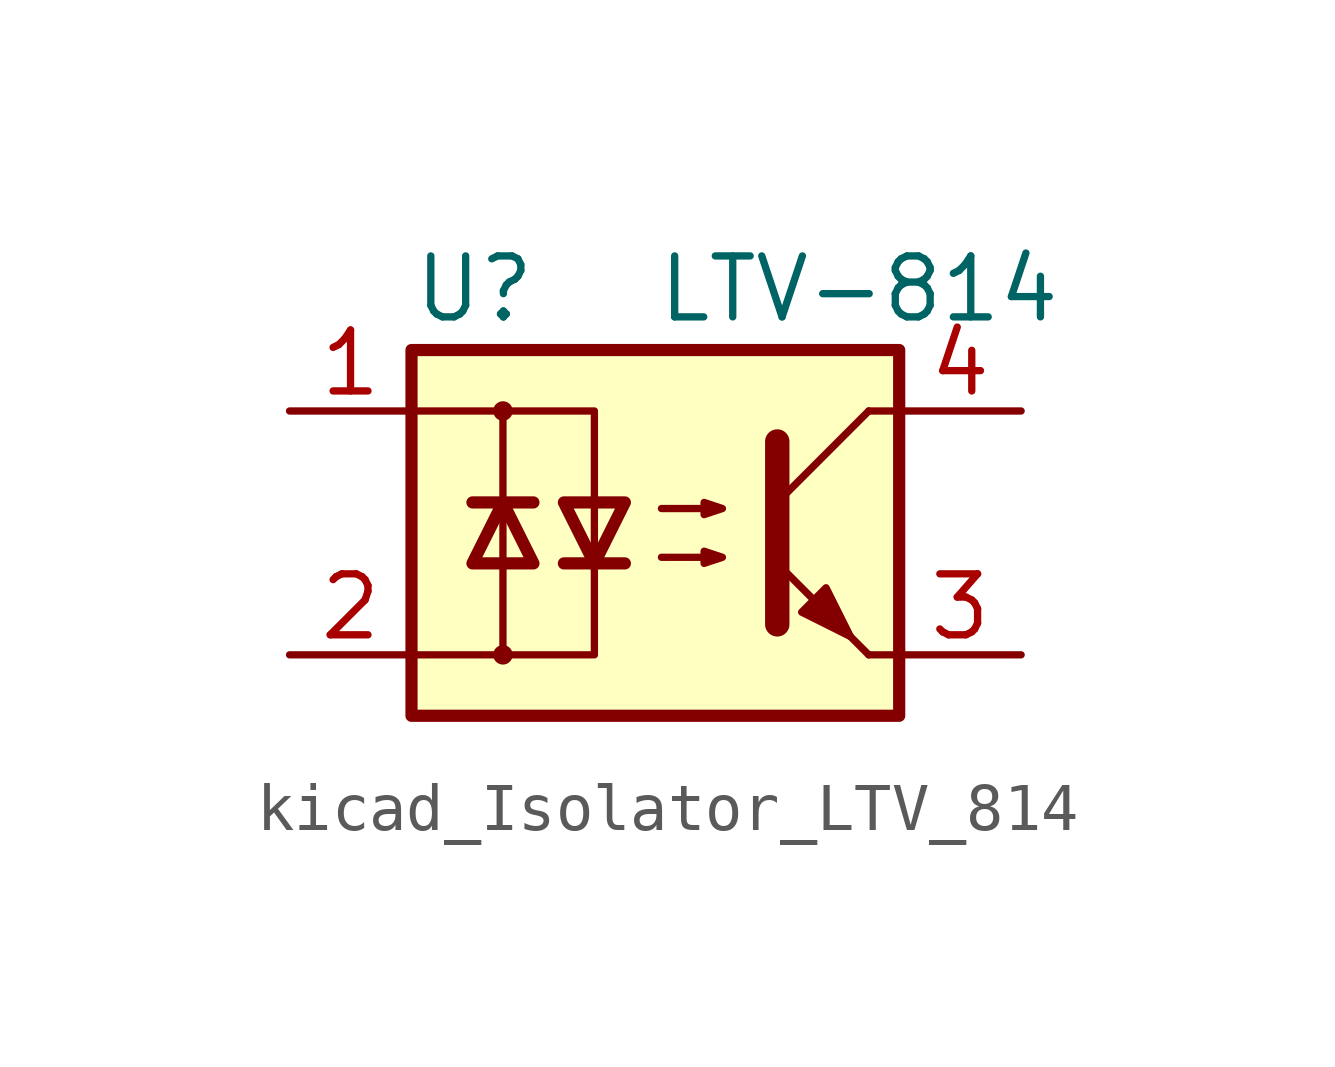
<source format=kicad_sym>
(kicad_symbol_lib
  (version 20220914)
  (generator kicad_symbol_editor)
  (symbol "kicad_Isolator_LTV_814"
    (pin_names
      (offset 1.016))
    (property "Reference" "U"
      (at -5.08 5.08 0)
      (effects (font (size 1.27 1.27)) (justify left)))
    (property "Value" "LTV-814"
      (at 0 5.08 0)
      (effects (font (size 1.27 1.27)) (justify left)))
    (symbol "kicad_Isolator_LTV_814_0_1"
      (rectangle (start -5.08 3.81) (end 5.08 -3.81) (stroke (width 0.254) (type default)) (fill (type background)))
      (circle (center -3.175 -2.54) (radius 0.127) (stroke (width 0) (type default)) (fill (type none)))
      (circle (center -3.175 2.54) (radius 0.127) (stroke (width 0) (type default)) (fill (type none)))
      (polyline (pts (xy -3.175 2.54) (xy -3.175 -2.54)) (stroke (width 0) (type default)) (fill (type none)))
      (polyline (pts (xy -1.905 -0.635) (xy -0.635 -0.635)) (stroke (width 0.254) (type default)) (fill (type none)))
      (polyline (pts (xy 2.54 0.635) (xy 4.445 2.54)) (stroke (width 0) (type default)) (fill (type none)))
      (polyline (pts (xy 4.445 -2.54) (xy 2.54 -0.635)) (stroke (width 0) (type default)) (fill (type outline)))
      (polyline (pts (xy 4.445 -2.54) (xy 5.08 -2.54)) (stroke (width 0) (type default)) (fill (type none)))
      (polyline (pts (xy 4.445 2.54) (xy 5.08 2.54)) (stroke (width 0) (type default)) (fill (type none)))
      (polyline (pts (xy -5.08 2.54) (xy -1.27 2.54) (xy -1.27 -0.762)) (stroke (width 0) (type default)) (fill (type none)))
      (polyline (pts (xy -1.27 -0.635) (xy -1.27 -2.54) (xy -5.08 -2.54)) (stroke (width 0) (type default)) (fill (type none)))
      (polyline (pts (xy 2.54 1.905) (xy 2.54 -1.905) (xy 2.54 -1.905)) (stroke (width 0.508) (type default)) (fill (type none)))
      (polyline (pts (xy -1.27 -0.635) (xy -1.905 0.635) (xy -0.635 0.635) (xy -1.27 -0.635)) (stroke (width 0.254) (type default)) (fill (type none)))
      (polyline (pts (xy 0.127 -0.508) (xy 1.397 -0.508) (xy 1.016 -0.635) (xy 1.016 -0.381) (xy 1.397 -0.508)) (stroke (width 0) (type default)) (fill (type none)))
      (polyline (pts (xy 0.127 0.508) (xy 1.397 0.508) (xy 1.016 0.381) (xy 1.016 0.635) (xy 1.397 0.508)) (stroke (width 0) (type default)) (fill (type none)))
      (polyline (pts (xy 3.048 -1.651) (xy 3.556 -1.143) (xy 4.064 -2.159) (xy 3.048 -1.651) (xy 3.048 -1.651)) (stroke (width 0) (type default)) (fill (type outline))))
    (symbol "kicad_Isolator_LTV_814_1_1"
      (polyline (pts (xy -3.81 0.635) (xy -2.54 0.635)) (stroke (width 0.254) (type default)) (fill (type none)))
      (polyline (pts (xy -3.175 0.635) (xy -3.81 -0.635) (xy -2.54 -0.635) (xy -3.175 0.635)) (stroke (width 0.254) (type default)) (fill (type none)))
      (pin passive line (at -7.62 2.54 0) (length 2.54) (name "~" (effects (font (size 1.27 1.27)))) (number "1" (effects (font (size 1.27 1.27)))))
      (pin passive line (at -7.62 -2.54 0) (length 2.54) (name "~" (effects (font (size 1.27 1.27)))) (number "2" (effects (font (size 1.27 1.27)))))
      (pin passive line (at 7.62 -2.54 180) (length 2.54) (name "~" (effects (font (size 1.27 1.27)))) (number "3" (effects (font (size 1.27 1.27)))))
      (pin passive line (at 7.62 2.54 180) (length 2.54) (name "~" (effects (font (size 1.27 1.27)))) (number "4" (effects (font (size 1.27 1.27))))))))
</source>
